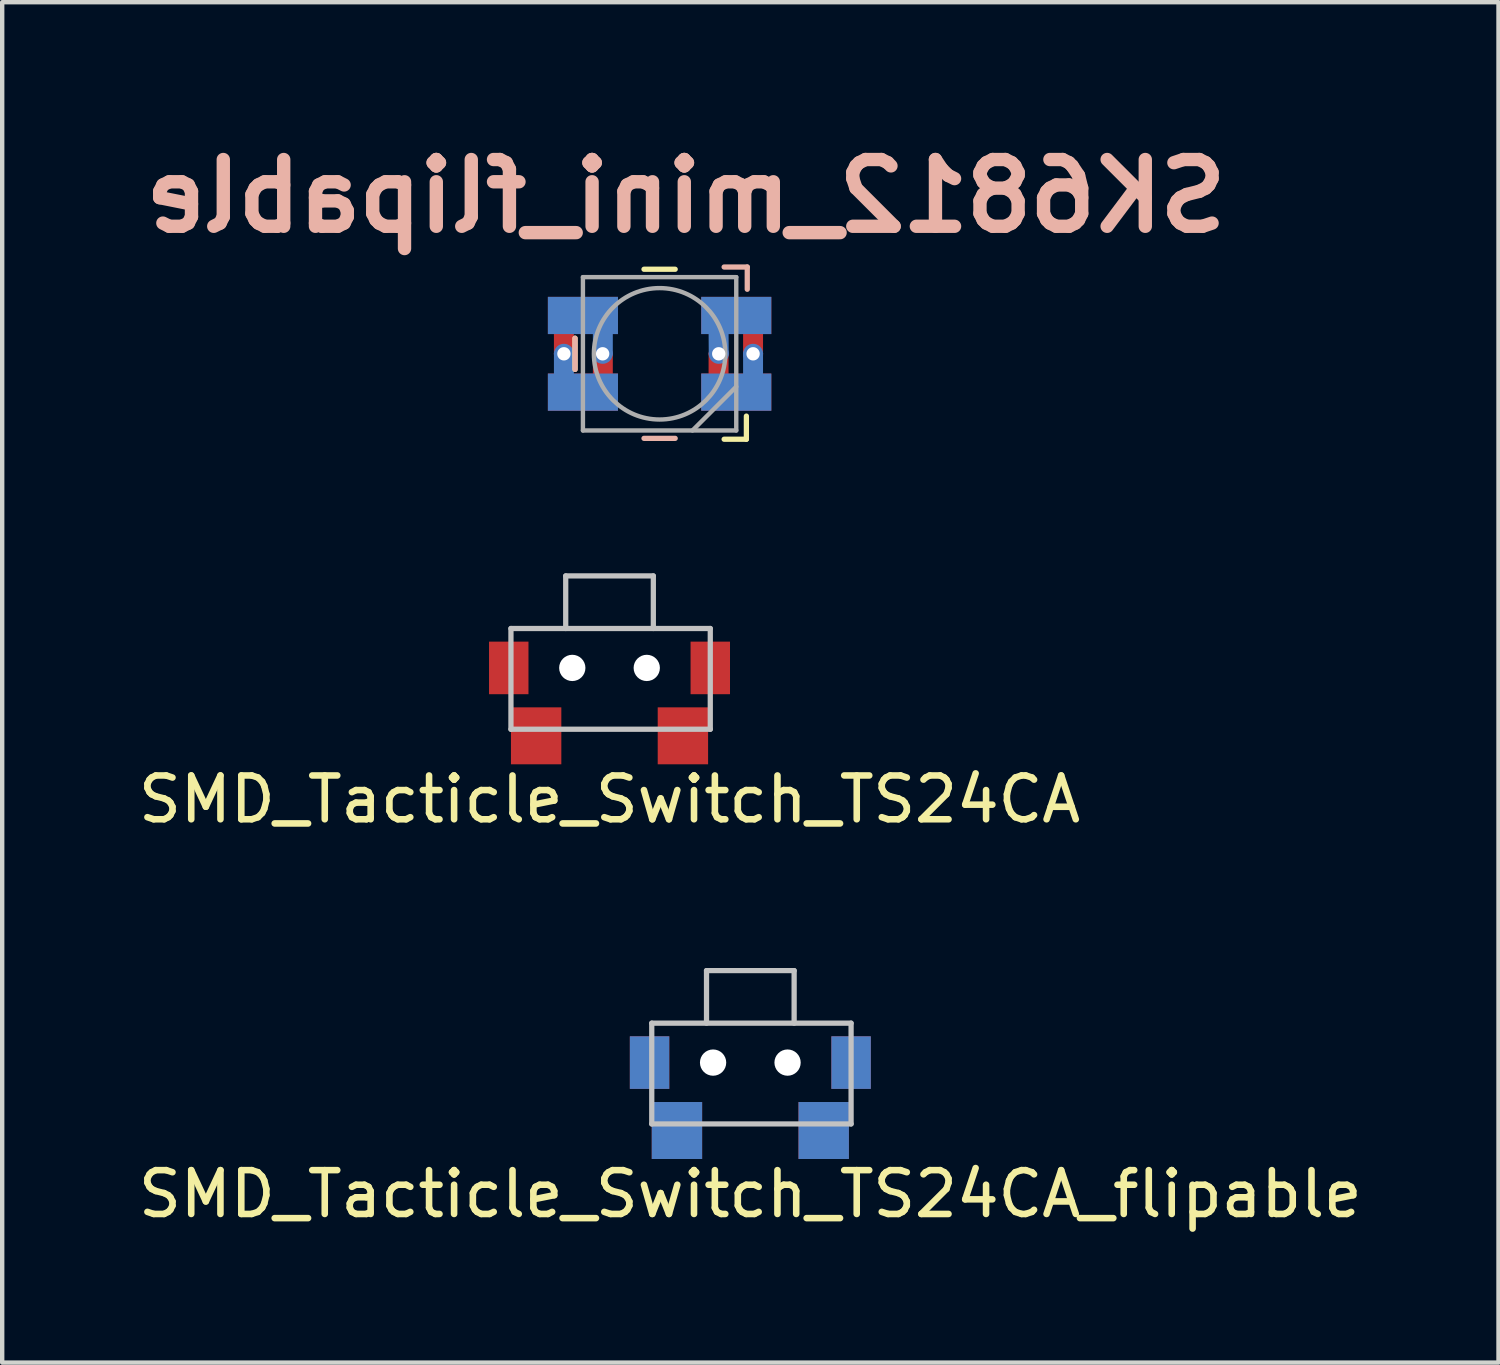
<source format=kicad_pcb>
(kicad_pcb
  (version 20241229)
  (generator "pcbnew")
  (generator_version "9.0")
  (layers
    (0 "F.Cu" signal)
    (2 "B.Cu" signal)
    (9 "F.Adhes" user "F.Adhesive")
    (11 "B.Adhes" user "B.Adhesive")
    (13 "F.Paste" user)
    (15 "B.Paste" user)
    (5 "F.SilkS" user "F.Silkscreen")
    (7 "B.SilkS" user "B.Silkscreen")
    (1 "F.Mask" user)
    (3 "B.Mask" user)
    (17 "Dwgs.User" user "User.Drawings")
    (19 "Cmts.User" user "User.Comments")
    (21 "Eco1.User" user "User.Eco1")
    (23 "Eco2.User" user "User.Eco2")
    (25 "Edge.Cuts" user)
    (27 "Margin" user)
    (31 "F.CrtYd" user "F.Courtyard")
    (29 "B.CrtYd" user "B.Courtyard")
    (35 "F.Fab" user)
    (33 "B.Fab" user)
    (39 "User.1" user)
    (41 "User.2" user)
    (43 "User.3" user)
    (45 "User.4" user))
  (footprint "SMD_Tacticle_Switch_TS24CA"
    (layer "F.Cu")
    (at 10.863 12.196)
    (property "Reference" "SMD_Tacticle_Switch_TS24CA" (at 0 3 0) (layer "F.SilkS") (effects (font (size 1 1) (thickness 0.15))))
    (attr through_hole)
    (fp_line (start -2.25 -0.9) (end 2.3 -0.9) (stroke (width 0.12) (type solid)) (layer "Dwgs.User"))
    (fp_line (start -2.25 1.4) (end -2.25 -0.9) (stroke (width 0.12) (type solid)) (layer "Dwgs.User"))
    (fp_line (start -1 -2.1) (end -1 -0.9) (stroke (width 0.12) (type solid)) (layer "Dwgs.User"))
    (fp_line (start -1 -2.1) (end 1 -2.1) (stroke (width 0.12) (type solid)) (layer "Dwgs.User"))
    (fp_line (start 1 -2.1) (end 1 -0.9) (stroke (width 0.12) (type solid)) (layer "Dwgs.User"))
    (fp_line (start 2.3 -0.9) (end 2.3 1.4) (stroke (width 0.12) (type solid)) (layer "Dwgs.User"))
    (fp_line (start 2.3 1.4) (end -2.25 1.4) (stroke (width 0.12) (type solid)) (layer "Dwgs.User"))
    (pad "" np_thru_hole circle (at -0.85 0) (size 0.6 0.6) (drill 0.6) (layers "*.Cu" "*.Mask"))
    (pad "" np_thru_hole circle (at 0.85 0) (size 0.6 0.6) (drill 0.6) (layers "*.Cu" "*.Mask"))
    (pad "1" smd rect (at -1.675 1.55) (size 1.15 1.3) (layers "F.Cu" "F.Mask" "F.Paste"))
    (pad "2" smd rect (at 1.675 1.55) (size 1.15 1.3) (layers "F.Cu" "F.Mask" "F.Paste"))
    (pad "3" smd rect (at -2.3 0) (size 0.9 1.2) (layers "F.Cu" "F.Mask" "F.Paste"))
    (pad "3" smd rect (at 2.3 0) (size 0.9 1.2) (layers "F.Cu" "F.Mask" "F.Paste")))
  (footprint "SK6812_mini_flipable"
    (layer "F.Cu")
    (at 12.006 5.026)
    (property "Reference" "SK6812_mini_flipable" (at 0.6 -3.6 0) (layer "B.SilkS") (effects (font (size 1.524 1.524) (thickness 0.305)) (justify mirror)))
    (attr through_hole)
    (fp_poly (pts (xy -1 -0.5) (xy -2.5 -0.5) (xy -2.5 -1.25) (xy -1 -1.25)) (stroke (width 0.1) (type solid)) (fill yes) (layer "F.Mask"))
    (fp_poly (pts (xy -1 1.25) (xy -2.5 1.25) (xy -2.5 0.5) (xy -1 0.5)) (stroke (width 0.1) (type solid)) (fill yes) (layer "F.Mask"))
    (fp_poly (pts (xy 2.5 -0.5) (xy 1 -0.5) (xy 1 -1.25) (xy 2.5 -1.25)) (stroke (width 0.1) (type solid)) (fill yes) (layer "F.Mask"))
    (fp_poly (pts (xy 2.5 1.25) (xy 1 1.25) (xy 1 0.5) (xy 2.5 0.5)) (stroke (width 0.1) (type solid)) (fill yes) (layer "F.Mask"))
    (fp_poly (pts (xy -1 -0.5) (xy -2.5 -0.5) (xy -2.5 -1.25) (xy -1 -1.25)) (stroke (width 0.1) (type solid)) (fill yes) (layer "B.Mask"))
    (fp_poly (pts (xy -1 1.25) (xy -2.5 1.25) (xy -2.5 0.5) (xy -1 0.5)) (stroke (width 0.1) (type solid)) (fill yes) (layer "B.Mask"))
    (fp_poly (pts (xy 2.5 -0.5) (xy 1 -0.5) (xy 1 -1.25) (xy 2.5 -1.25)) (stroke (width 0.1) (type solid)) (fill yes) (layer "B.Mask"))
    (fp_poly (pts (xy 2.5 1.25) (xy 1 1.25) (xy 1 0.5) (xy 2.5 0.5)) (stroke (width 0.1) (type solid)) (fill yes) (layer "B.Mask"))
    (fp_line (start -1.93 0.356) (end -1.93 -0.356) (stroke (width 0.12) (type solid)) (layer "F.SilkS"))
    (fp_line (start -0.356 -1.93) (end 0.356 -1.93) (stroke (width 0.12) (type solid)) (layer "F.SilkS"))
    (fp_line (start 1.473 1.95) (end 1.981 1.95) (stroke (width 0.12) (type solid)) (layer "F.SilkS"))
    (fp_line (start 1.981 1.95) (end 1.981 1.422) (stroke (width 0.12) (type solid)) (layer "F.SilkS"))
    (fp_line (start -1.93 -0.356) (end -1.93 0.356) (stroke (width 0.12) (type solid)) (layer "B.SilkS"))
    (fp_line (start -0.356 1.93) (end 0.356 1.93) (stroke (width 0.12) (type solid)) (layer "B.SilkS"))
    (fp_line (start 2.001 -1.981) (end 1.473 -1.981) (stroke (width 0.12) (type solid)) (layer "B.SilkS"))
    (fp_line (start 2.001 -1.473) (end 2.001 -1.981) (stroke (width 0.12) (type solid)) (layer "B.SilkS"))
    (fp_line (start -1.75 -1.75) (end -1.75 1.75) (stroke (width 0.1) (type solid)) (layer "F.Fab"))
    (fp_line (start -1.75 1.75) (end 1.75 1.75) (stroke (width 0.1) (type solid)) (layer "F.Fab"))
    (fp_line (start 1.75 -1.75) (end -1.75 -1.75) (stroke (width 0.1) (type solid)) (layer "F.Fab"))
    (fp_line (start 1.75 0.75) (end 0.75 1.75) (stroke (width 0.1) (type solid)) (layer "F.Fab"))
    (fp_line (start 1.75 1.75) (end 1.75 -1.75) (stroke (width 0.1) (type solid)) (layer "F.Fab"))
    (fp_circle (center 0 0) (end 0 -1.5) (stroke (width 0.1) (type solid)) (fill no) (layer "F.Fab"))
    (pad "1" thru_hole circle (at -2.184 0) (size 0.457 0.457) (drill 0.305) (layers "*.Cu"))
    (pad "1" smd custom (at -1.75 -0.875) (size 1.6 0.85) (layers "F.Cu") (options (anchor rect)) (primitives (gr_poly (pts (xy -0.257 0.272) (xy -0.257 0.895) (xy -0.612 0.895) (xy -0.612 0.272)) (width 0.1) (fill yes))))
    (pad "1" smd custom (at -1.75 0.875) (size 1.6 0.85) (layers "B.Cu") (options (anchor rect)) (primitives (gr_poly (pts (xy -0.257 -0.322) (xy -0.612 -0.322) (xy -0.612 -0.893) (xy -0.257 -0.893)) (width 0.1) (fill yes))))
    (pad "2" smd custom (at -1.75 -0.875) (size 1.6 0.85) (layers "B.Cu") (options (anchor rect)) (primitives (gr_poly (pts (xy 0.632 0.888) (xy 0.277 0.888) (xy 0.277 0.325) (xy 0.632 0.325)) (width 0.1) (fill yes))))
    (pad "2" smd custom (at -1.75 0.875) (size 1.6 0.85) (layers "F.Cu") (options (anchor rect)) (primitives (gr_poly (pts (xy 0.632 -0.869) (xy 0.632 -0.296) (xy 0.277 -0.296) (xy 0.277 -0.869)) (width 0.1) (fill yes))))
    (pad "2" thru_hole circle (at -1.3 0) (size 0.457 0.457) (drill 0.305) (layers "*.Cu"))
    (pad "3" thru_hole circle (at 1.35 0) (size 0.457 0.457) (drill 0.305) (layers "*.Cu"))
    (pad "3" smd custom (at 1.75 -0.875) (size 1.6 0.85) (layers "B.Cu") (options (anchor rect)) (primitives (gr_poly (pts (xy -0.222 0.888) (xy -0.578 0.888) (xy -0.582 0.325) (xy -0.226 0.325)) (width 0.1) (fill yes))))
    (pad "3" smd custom (at 1.75 0.875) (size 1.6 0.85) (layers "F.Cu") (options (anchor rect)) (primitives (gr_poly (pts (xy -0.226 -0.887) (xy -0.226 -0.354) (xy -0.582 -0.354) (xy -0.582 -0.887)) (width 0.1) (fill yes))))
    (pad "4" smd custom (at 1.75 -0.875) (size 1.6 0.85) (layers "F.Cu") (options (anchor rect)) (primitives (gr_poly (pts (xy 0.561 0.193) (xy 0.561 0.923) (xy 0.206 0.92) (xy 0.206 0.196)) (width 0.1) (fill yes))))
    (pad "4" smd custom (at 1.75 0.875) (size 1.6 0.85) (layers "B.Cu") (options (anchor rect)) (primitives (gr_poly (pts (xy 0.561 -0.176) (xy 0.206 -0.176) (xy 0.206 -0.887) (xy 0.561 -0.887)) (width 0.1) (fill yes))))
    (pad "4" thru_hole circle (at 2.134 0) (size 0.457 0.457) (drill 0.305) (layers "*.Cu")))
  (footprint "SMD_Tacticle_Switch_TS24CA_flipable"
    (layer "F.Cu")
    (at 14.077 21.205)
    (property "Reference" "SMD_Tacticle_Switch_TS24CA_flipable" (at 0 3 0) (layer "F.SilkS") (effects (font (size 1 1) (thickness 0.15))))
    (attr through_hole)
    (fp_line (start -2.25 -0.9) (end 2.3 -0.9) (stroke (width 0.12) (type solid)) (layer "Dwgs.User"))
    (fp_line (start -2.25 1.4) (end -2.25 -0.9) (stroke (width 0.12) (type solid)) (layer "Dwgs.User"))
    (fp_line (start -1 -2.1) (end -1 -0.9) (stroke (width 0.12) (type solid)) (layer "Dwgs.User"))
    (fp_line (start -1 -2.1) (end 1 -2.1) (stroke (width 0.12) (type solid)) (layer "Dwgs.User"))
    (fp_line (start 1 -2.1) (end 1 -0.9) (stroke (width 0.12) (type solid)) (layer "Dwgs.User"))
    (fp_line (start 2.3 -0.9) (end 2.3 1.4) (stroke (width 0.12) (type solid)) (layer "Dwgs.User"))
    (fp_line (start 2.3 1.4) (end -2.25 1.4) (stroke (width 0.12) (type solid)) (layer "Dwgs.User"))
    (pad "" np_thru_hole circle (at -0.85 0) (size 0.6 0.6) (drill 0.6) (layers "*.Cu" "*.Mask"))
    (pad "" np_thru_hole circle (at 0.85 0) (size 0.6 0.6) (drill 0.6) (layers "*.Cu" "*.Mask"))
    (pad "1" smd rect (at -1.675 1.55) (size 1.15 1.3) (layers "F.Cu" "F.Mask"))
    (pad "1" smd rect (at -1.675 1.55) (size 1.15 1.3) (layers "B.Cu" "B.Mask"))
    (pad "2" smd rect (at 1.675 1.55) (size 1.15 1.3) (layers "F.Cu" "F.Mask"))
    (pad "2" smd rect (at 1.675 1.55) (size 1.15 1.3) (layers "B.Cu" "B.Mask"))
    (pad "3" smd rect (at -2.3 0) (size 0.9 1.2) (layers "F.Cu" "F.Mask"))
    (pad "3" smd rect (at -2.3 0) (size 0.9 1.2) (layers "B.Cu" "B.Mask"))
    (pad "3" smd rect (at 2.3 0) (size 0.9 1.2) (layers "F.Cu" "F.Mask"))
    (pad "3" smd rect (at 2.3 0) (size 0.9 1.2) (layers "B.Cu" "B.Mask")))
  (gr_rect
    (start -3 -3)
    (end 31.155 28.053)
    (stroke (width 0.1) (type default))
    (fill no)
    (layer "Edge.Cuts")))
</source>
